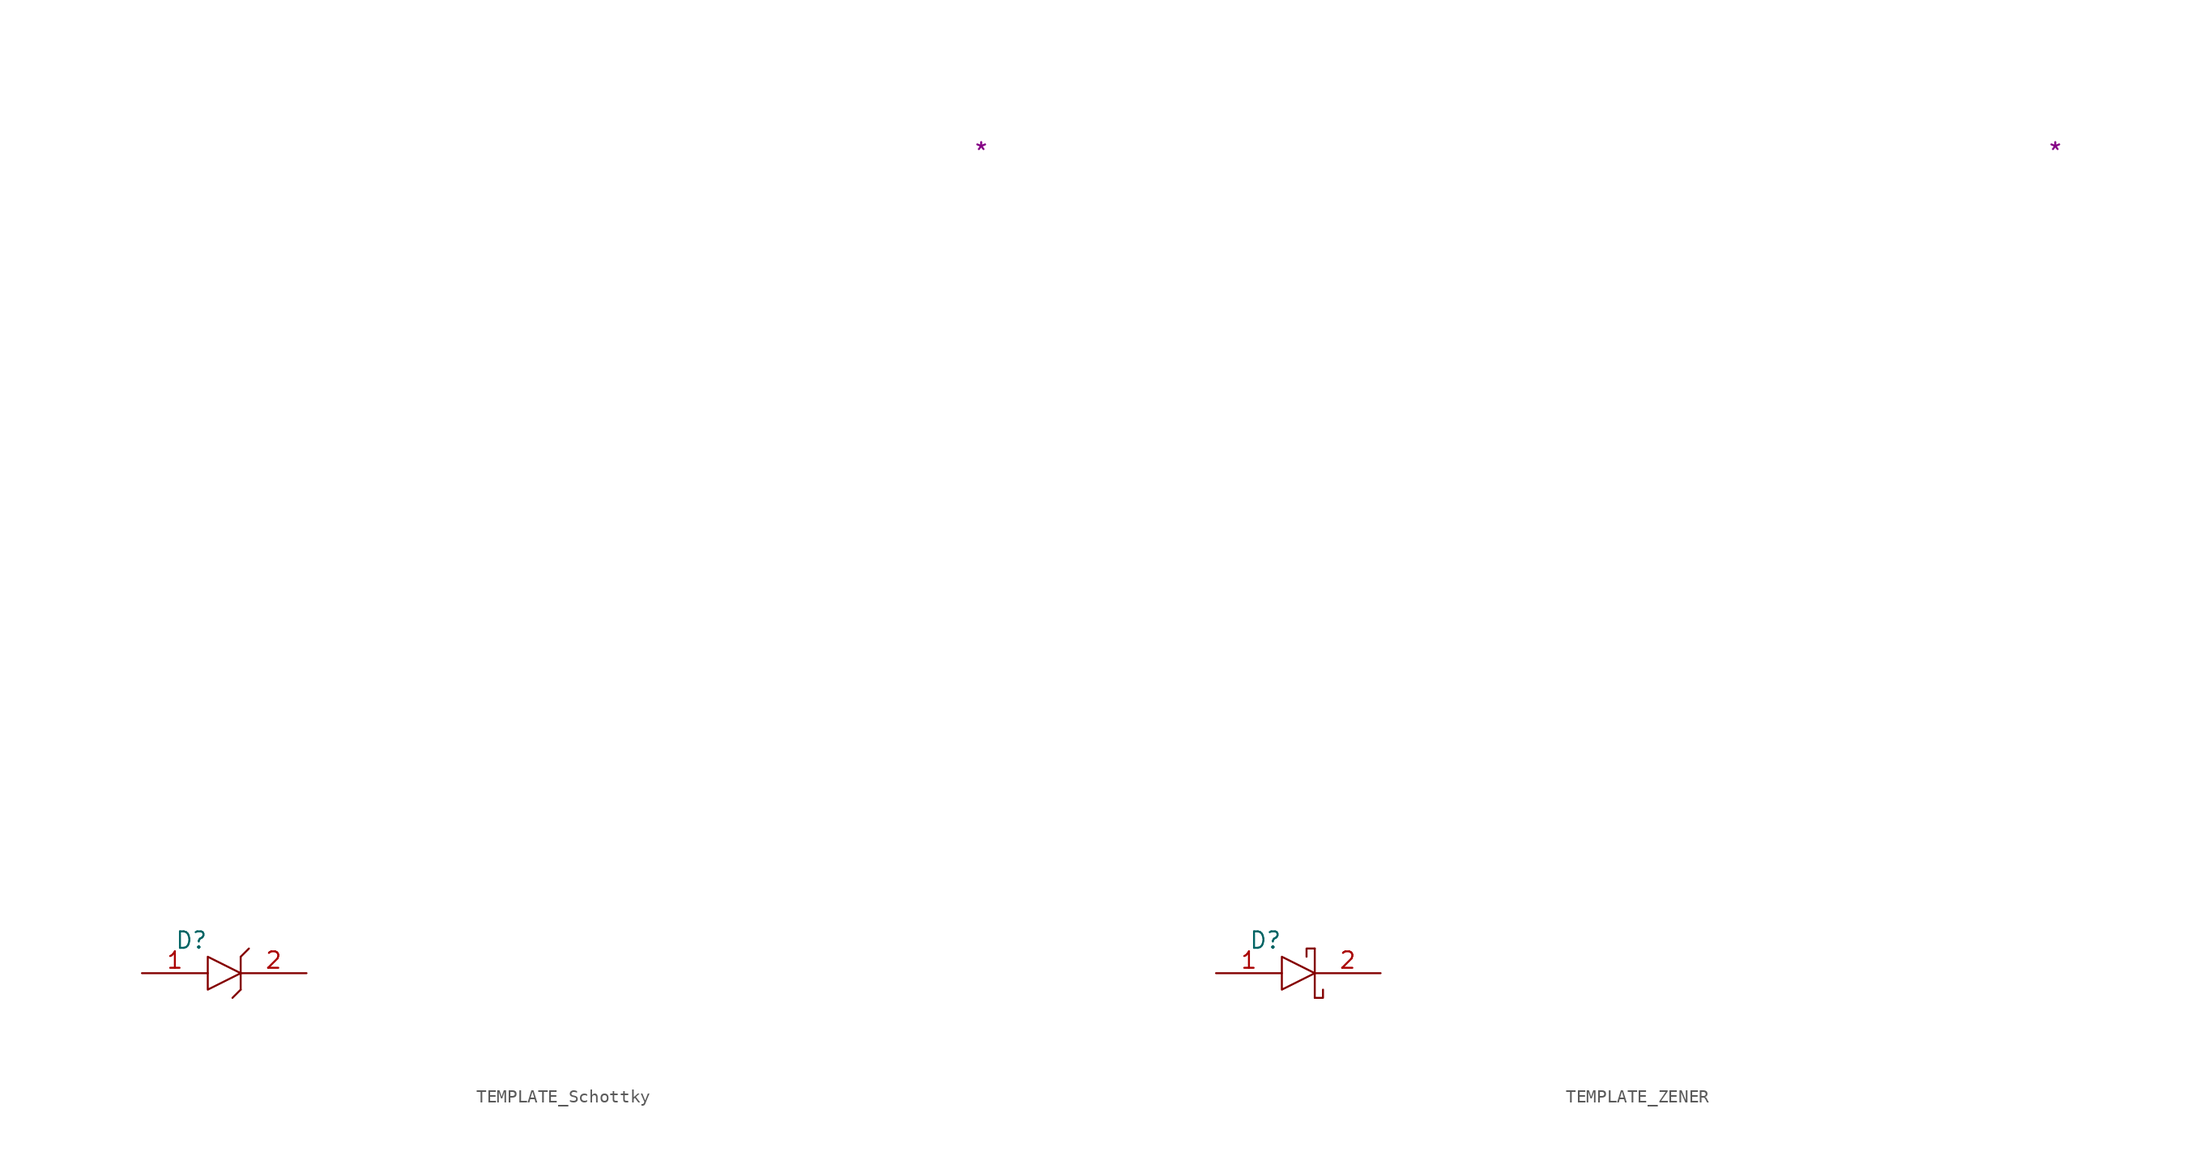
<source format=kicad_sym>
(kicad_symbol_lib
  (version 20241209)
  (generator "kicad_symbol_editor")
  (generator_version "9.0")
  (symbol "TEMPLATE_Schottky"
    (pin_names
      (offset 1.016))
    (property "Reference" "D"
      (at -2.54 2.54 0)
      (effects (font (size 1.27 1.27))))
    (property "_Value_" "*"
      (at 58.42 63.5 0)
      (effects (font (size 1.27 1.27))))
    (symbol "TEMPLATE_Schottky_0_1"
      (polyline (pts (xy -1.27 1.27) (xy -1.27 -1.27) (xy 1.27 0) (xy -1.27 1.27)) (stroke (width 0) (type solid)) (fill (type none)))
      (polyline (pts (xy 1.27 1.27) (xy 1.27 -1.27)) (stroke (width 0) (type solid)) (fill (type none)))
      (polyline (pts (xy 1.27 1.27) (xy 1.905 1.905)) (stroke (width 0) (type solid)) (fill (type none)))
      (polyline (pts (xy 1.27 -1.27) (xy 0.635 -1.905)) (stroke (width 0) (type solid)) (fill (type none))))
    (symbol "TEMPLATE_Schottky_1_1"
      (pin passive line (at -6.35 0 0) (length 5.08) (name "~" (effects (font (size 1.27 1.27)))) (number "1" (effects (font (size 1.27 1.27)))))
      (pin passive line (at 6.35 0 180) (length 5.08) (name "~" (effects (font (size 1.27 1.27)))) (number "2" (effects (font (size 1.27 1.27)))))))
  (symbol "TEMPLATE_ZENER"
    (pin_names
      (offset 1.016))
    (property "Reference" "D"
      (at -2.54 2.54 0)
      (effects (font (size 1.27 1.27))))
    (property "_Value_" "*"
      (at 58.42 63.5 0)
      (effects (font (size 1.27 1.27))))
    (symbol "TEMPLATE_ZENER_0_1"
      (polyline (pts (xy -1.27 1.27) (xy -1.27 -1.27) (xy 1.27 0) (xy -1.27 1.27)) (stroke (width 0) (type solid)) (fill (type none)))
      (polyline (pts (xy 1.27 1.905) (xy 1.27 -1.905)) (stroke (width 0) (type solid)) (fill (type none)))
      (polyline (pts (xy 1.27 1.905) (xy 0.635 1.905) (xy 0.635 1.27)) (stroke (width 0) (type solid)) (fill (type none)))
      (polyline (pts (xy 1.27 -1.905) (xy 1.905 -1.905) (xy 1.905 -1.27)) (stroke (width 0) (type solid)) (fill (type none))))
    (symbol "TEMPLATE_ZENER_1_1"
      (pin passive line (at -6.35 0 0) (length 5.08) (name "~" (effects (font (size 1.27 1.27)))) (number "1" (effects (font (size 1.27 1.27)))))
      (pin passive line (at 6.35 0 180) (length 5.08) (name "~" (effects (font (size 1.27 1.27)))) (number "2" (effects (font (size 1.27 1.27))))))))
</source>
